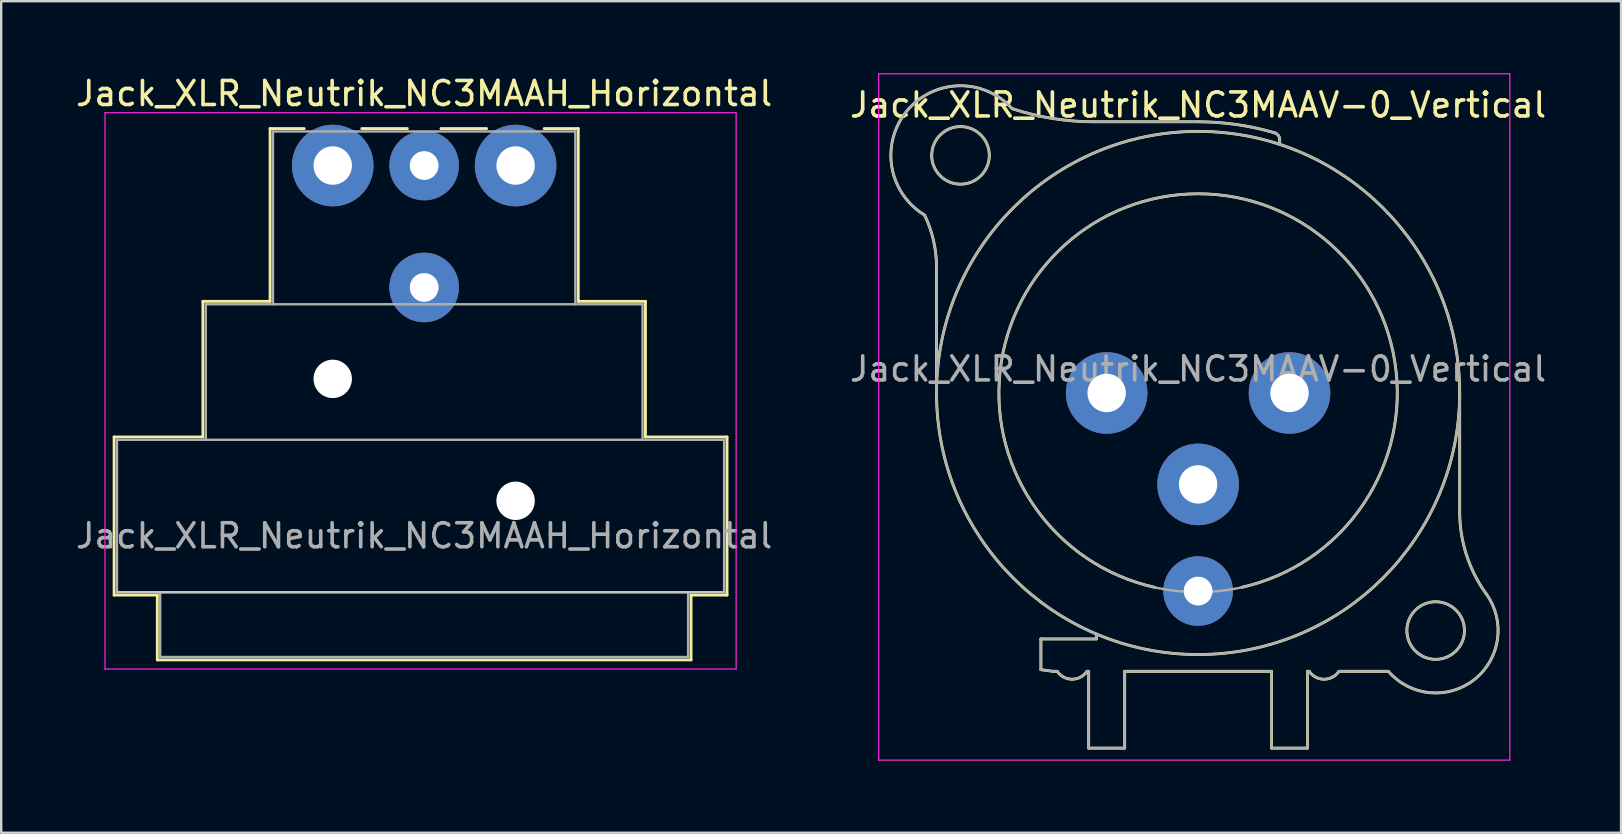
<source format=kicad_pcb>
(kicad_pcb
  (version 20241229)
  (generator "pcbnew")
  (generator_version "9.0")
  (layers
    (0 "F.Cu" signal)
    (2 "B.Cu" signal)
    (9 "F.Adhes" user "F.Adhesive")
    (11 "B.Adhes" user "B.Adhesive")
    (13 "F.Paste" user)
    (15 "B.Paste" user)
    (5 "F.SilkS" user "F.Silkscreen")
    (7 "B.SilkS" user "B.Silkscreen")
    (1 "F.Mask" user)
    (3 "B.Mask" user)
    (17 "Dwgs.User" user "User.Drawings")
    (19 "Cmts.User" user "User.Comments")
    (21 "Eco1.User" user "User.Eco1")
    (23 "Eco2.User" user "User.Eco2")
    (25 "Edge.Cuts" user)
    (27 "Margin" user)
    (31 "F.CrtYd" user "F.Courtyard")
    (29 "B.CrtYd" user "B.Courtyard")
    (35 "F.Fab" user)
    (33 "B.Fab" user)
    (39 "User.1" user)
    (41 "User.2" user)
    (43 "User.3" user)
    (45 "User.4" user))
  (footprint "Jack_XLR_Neutrik_NC3MAAH_Horizontal"
    (layer "F.Cu")
    (at 10.815 3.848)
    (property "Reference" "Jack_XLR_Neutrik_NC3MAAH_Horizontal" (at 3.81 -3 0) (layer "F.SilkS") (effects (font (size 1 1) (thickness 0.15))))
    (attr through_hole)
    (fp_line (start -9.11 11.31) (end -5.41 11.31) (stroke (width 0.12) (type solid)) (layer "F.SilkS"))
    (fp_line (start -9.11 17.9) (end -9.11 11.31) (stroke (width 0.12) (type solid)) (layer "F.SilkS"))
    (fp_line (start -7.31 17.9) (end -9.11 17.9) (stroke (width 0.12) (type solid)) (layer "F.SilkS"))
    (fp_line (start -7.31 17.9) (end -7.31 20.6) (stroke (width 0.12) (type solid)) (layer "F.SilkS"))
    (fp_line (start -5.41 11.31) (end -5.41 5.66) (stroke (width 0.12) (type solid)) (layer "F.SilkS"))
    (fp_line (start -2.61 5.66) (end -5.41 5.66) (stroke (width 0.12) (type solid)) (layer "F.SilkS"))
    (fp_line (start -2.61 5.66) (end -2.61 -1.54) (stroke (width 0.12) (type solid)) (layer "F.SilkS"))
    (fp_line (start -1.19 -1.54) (end -2.61 -1.54) (stroke (width 0.12) (type solid)) (layer "F.SilkS"))
    (fp_line (start 3.11 -1.54) (end 1.21 -1.54) (stroke (width 0.12) (type solid)) (layer "F.SilkS"))
    (fp_line (start 4.51 -1.54) (end 6.41 -1.54) (stroke (width 0.12) (type solid)) (layer "F.SilkS"))
    (fp_line (start 10.23 -1.54) (end 8.81 -1.54) (stroke (width 0.12) (type solid)) (layer "F.SilkS"))
    (fp_line (start 10.23 5.66) (end 10.23 -1.54) (stroke (width 0.12) (type solid)) (layer "F.SilkS"))
    (fp_line (start 10.23 5.66) (end 13.03 5.66) (stroke (width 0.12) (type solid)) (layer "F.SilkS"))
    (fp_line (start 13.03 11.31) (end 13.03 5.66) (stroke (width 0.12) (type solid)) (layer "F.SilkS"))
    (fp_line (start 13.03 11.31) (end 16.43 11.31) (stroke (width 0.12) (type solid)) (layer "F.SilkS"))
    (fp_line (start 14.93 17.9) (end 14.93 20.6) (stroke (width 0.12) (type solid)) (layer "F.SilkS"))
    (fp_line (start 14.93 20.6) (end -7.31 20.6) (stroke (width 0.12) (type solid)) (layer "F.SilkS"))
    (fp_line (start 16.43 17.9) (end 14.93 17.9) (stroke (width 0.12) (type solid)) (layer "F.SilkS"))
    (fp_line (start 16.43 17.9) (end 16.43 11.31) (stroke (width 0.12) (type solid)) (layer "F.SilkS"))
    (fp_line (start 16.31 17.78) (end -8.99 17.78) (stroke (width 0.1) (type solid)) (layer "Dwgs.User"))
    (fp_line (start -9.49 20.98) (end -9.49 -2.2) (stroke (width 0.05) (type solid)) (layer "F.CrtYd"))
    (fp_line (start 16.81 -2.2) (end -9.49 -2.2) (stroke (width 0.05) (type solid)) (layer "F.CrtYd"))
    (fp_line (start 16.81 20.98) (end -9.49 20.98) (stroke (width 0.05) (type solid)) (layer "F.CrtYd"))
    (fp_line (start 16.81 20.98) (end 16.81 -2.2) (stroke (width 0.05) (type solid)) (layer "F.CrtYd"))
    (fp_line (start -8.99 11.43) (end 16.31 11.43) (stroke (width 0.1) (type solid)) (layer "F.Fab"))
    (fp_line (start -8.99 17.78) (end -8.99 11.43) (stroke (width 0.1) (type solid)) (layer "F.Fab"))
    (fp_line (start -7.19 20.48) (end -7.19 17.78) (stroke (width 0.1) (type solid)) (layer "F.Fab"))
    (fp_line (start -5.29 5.78) (end -5.29 11.43) (stroke (width 0.1) (type solid)) (layer "F.Fab"))
    (fp_line (start -5.29 5.78) (end 12.91 5.78) (stroke (width 0.1) (type solid)) (layer "F.Fab"))
    (fp_line (start -2.49 5.78) (end -2.49 -1.42) (stroke (width 0.1) (type solid)) (layer "F.Fab"))
    (fp_line (start 10.11 -1.42) (end -2.49 -1.42) (stroke (width 0.1) (type solid)) (layer "F.Fab"))
    (fp_line (start 10.11 5.78) (end 10.11 -1.42) (stroke (width 0.1) (type solid)) (layer "F.Fab"))
    (fp_line (start 12.91 11.43) (end 12.91 5.78) (stroke (width 0.1) (type solid)) (layer "F.Fab"))
    (fp_line (start 14.81 17.78) (end 14.81 20.48) (stroke (width 0.1) (type solid)) (layer "F.Fab"))
    (fp_line (start 14.81 20.48) (end -7.19 20.48) (stroke (width 0.1) (type solid)) (layer "F.Fab"))
    (fp_line (start 16.31 11.43) (end 16.31 17.78) (stroke (width 0.1) (type solid)) (layer "F.Fab"))
    (fp_line (start 16.31 17.78) (end -8.99 17.78) (stroke (width 0.1) (type solid)) (layer "F.Fab"))
    (fp_text user "${REFERENCE}" (at 3.81 15.43 0) (layer "F.Fab") (effects (font (size 1 1) (thickness 0.15))))
    (pad "" np_thru_hole circle (at 0 8.89) (size 1.6 1.6) (drill 1.6) (layers "*.Cu" "*.Mask"))
    (pad "" np_thru_hole circle (at 7.62 13.97) (size 1.6 1.6) (drill 1.6) (layers "*.Cu" "*.Mask"))
    (pad "1" thru_hole circle (at 0 0) (size 3.4 3.4) (drill 1.6) (layers "*.Cu" "*.Mask"))
    (pad "2" thru_hole circle (at 7.62 0) (size 3.4 3.4) (drill 1.6) (layers "*.Cu" "*.Mask"))
    (pad "3" thru_hole circle (at 3.81 0) (size 2.9 2.9) (drill 1.2) (layers "*.Cu" "*.Mask"))
    (pad "G" thru_hole circle (at 3.81 5.08) (size 2.9 2.9) (drill 1.2) (layers "*.Cu" "*.Mask")))
  (footprint "Jack_XLR_Neutrik_NC3MAAV-0_Vertical"
    (layer "F.Cu")
    (at 43.065 13.325)
    (property "Reference" "Jack_XLR_Neutrik_NC3MAAV-0_Vertical" (at 3.81 -12 0) (layer "F.SilkS") (effects (font (size 1 1) (thickness 0.15))))
    (attr through_hole)
    (fp_line (start -7.09 -5.24) (end -7.09 0) (stroke (width 0.12) (type solid)) (layer "F.SilkS"))
    (fp_line (start -2.74 11.53) (end -2.74 10.25) (stroke (width 0.12) (type solid)) (layer "F.SilkS"))
    (fp_line (start -2.74 11.53) (end -2.24 11.6) (stroke (width 0.12) (type solid)) (layer "F.SilkS"))
    (fp_line (start -2.24 11.6) (end -2.06 11.6) (stroke (width 0.12) (type solid)) (layer "F.SilkS"))
    (fp_line (start -0.75 11.6) (end -0.82 11.6) (stroke (width 0.12) (type solid)) (layer "F.SilkS"))
    (fp_line (start -0.75 11.6) (end -0.75 14.8) (stroke (width 0.12) (type solid)) (layer "F.SilkS"))
    (fp_line (start -0.43 10.25) (end -2.74 10.25) (stroke (width 0.12) (type solid)) (layer "F.SilkS"))
    (fp_line (start -0.43 10.25) (end -0.43 10.05) (stroke (width 0.12) (type solid)) (layer "F.SilkS"))
    (fp_line (start 0.75 11.6) (end 0.75 14.8) (stroke (width 0.12) (type solid)) (layer "F.SilkS"))
    (fp_line (start 0.75 11.6) (end 6.87 11.6) (stroke (width 0.12) (type solid)) (layer "F.SilkS"))
    (fp_line (start 0.75 14.8) (end -0.75 14.8) (stroke (width 0.12) (type solid)) (layer "F.SilkS"))
    (fp_line (start 3.81 -11.3) (end -0.53 -11.3) (stroke (width 0.12) (type solid)) (layer "F.SilkS"))
    (fp_line (start 6.87 11.6) (end 6.87 14.8) (stroke (width 0.12) (type solid)) (layer "F.SilkS"))
    (fp_line (start 7.21 -10.36) (end 7.21 -10.55) (stroke (width 0.12) (type solid)) (layer "F.SilkS"))
    (fp_line (start 8.37 11.6) (end 8.37 14.8) (stroke (width 0.12) (type solid)) (layer "F.SilkS"))
    (fp_line (start 8.37 11.6) (end 8.44 11.6) (stroke (width 0.12) (type solid)) (layer "F.SilkS"))
    (fp_line (start 8.37 14.8) (end 6.87 14.8) (stroke (width 0.12) (type solid)) (layer "F.SilkS"))
    (fp_line (start 9.68 11.6) (end 11.74 11.6) (stroke (width 0.12) (type solid)) (layer "F.SilkS"))
    (fp_line (start 14.71 4.95) (end 14.71 0) (stroke (width 0.12) (type solid)) (layer "F.SilkS"))
    (fp_arc (start -7.588965 -7.414421) (mid -8.331551 -11.74403) (end -3.94 -11.85) (stroke (width 0.12) (type solid)) (layer "F.SilkS"))
    (fp_arc (start -7.584615 -7.408295) (mid -7.215222 -6.351997) (end -7.09 -5.24) (stroke (width 0.12) (type solid)) (layer "F.SilkS"))
    (fp_arc (start -0.820521 11.600769) (mid -1.440464 11.928866) (end -2.06 11.6) (stroke (width 0.12) (type solid)) (layer "F.SilkS"))
    (fp_arc (start -0.53 -11.3) (mid -2.253923 -11.43719) (end -3.934451 -11.845305) (stroke (width 0.12) (type solid)) (layer "F.SilkS"))
    (fp_arc (start 2 8.1) (mid 3.802206 -8.299761) (end 5.635209 8.096586) (stroke (width 0.12) (type solid)) (layer "F.SilkS"))
    (fp_arc (start 3.81 -11.3) (mid 5.421707 -11.184471) (end 7.000458 -10.840248) (stroke (width 0.12) (type solid)) (layer "F.SilkS"))
    (fp_arc (start 7.004232 -10.837678) (mid 7.156013 -10.728814) (end 7.21 -10.55) (stroke (width 0.12) (type solid)) (layer "F.SilkS"))
    (fp_arc (start 9.679479 11.600769) (mid 9.059536 11.928866) (end 8.44 11.6) (stroke (width 0.12) (type solid)) (layer "F.SilkS"))
    (fp_arc (start 15.815277 8.372002) (mid 14.993173 6.748036) (end 14.71 4.95) (stroke (width 0.12) (type solid)) (layer "F.SilkS"))
    (fp_arc (start 15.815343 8.370807) (mid 15.326014 11.93946) (end 11.74 11.6) (stroke (width 0.12) (type solid)) (layer "F.SilkS"))
    (fp_circle (center -6.09 -9.9) (end -4.89 -9.9) (stroke (width 0.12) (type solid)) (fill no) (layer "F.SilkS"))
    (fp_circle (center 3.81 0) (end 14.71 0) (stroke (width 0.12) (type solid)) (fill no) (layer "F.SilkS"))
    (fp_circle (center 13.71 9.9) (end 14.91 9.9) (stroke (width 0.12) (type solid)) (fill no) (layer "F.SilkS"))
    (fp_line (start -9.5 -13.3) (end 16.8 -13.3) (stroke (width 0.05) (type solid)) (layer "F.CrtYd"))
    (fp_line (start -9.5 15.3) (end -9.5 -13.3) (stroke (width 0.05) (type solid)) (layer "F.CrtYd"))
    (fp_line (start 16.8 -13.3) (end 16.8 15.3) (stroke (width 0.05) (type solid)) (layer "F.CrtYd"))
    (fp_line (start 16.8 15.3) (end -9.5 15.3) (stroke (width 0.05) (type solid)) (layer "F.CrtYd"))
    (fp_line (start -7.09 -5.24) (end -7.09 0) (stroke (width 0.1) (type solid)) (layer "F.Fab"))
    (fp_line (start -2.74 11.53) (end -2.74 10.25) (stroke (width 0.1) (type solid)) (layer "F.Fab"))
    (fp_line (start -2.74 11.53) (end -2.24 11.6) (stroke (width 0.1) (type solid)) (layer "F.Fab"))
    (fp_line (start -2.24 11.6) (end -2.06 11.6) (stroke (width 0.1) (type solid)) (layer "F.Fab"))
    (fp_line (start -0.75 11.6) (end -0.82 11.6) (stroke (width 0.1) (type solid)) (layer "F.Fab"))
    (fp_line (start -0.75 11.6) (end -0.75 14.8) (stroke (width 0.1) (type solid)) (layer "F.Fab"))
    (fp_line (start -0.43 10.25) (end -2.74 10.25) (stroke (width 0.1) (type solid)) (layer "F.Fab"))
    (fp_line (start -0.43 10.25) (end -0.43 10.05) (stroke (width 0.1) (type solid)) (layer "F.Fab"))
    (fp_line (start 0.75 11.6) (end 0.75 14.8) (stroke (width 0.1) (type solid)) (layer "F.Fab"))
    (fp_line (start 0.75 11.6) (end 6.87 11.6) (stroke (width 0.1) (type solid)) (layer "F.Fab"))
    (fp_line (start 0.75 14.8) (end -0.75 14.8) (stroke (width 0.1) (type solid)) (layer "F.Fab"))
    (fp_line (start 3.81 -11.3) (end -0.53 -11.3) (stroke (width 0.1) (type solid)) (layer "F.Fab"))
    (fp_line (start 6.87 11.6) (end 6.87 14.8) (stroke (width 0.1) (type solid)) (layer "F.Fab"))
    (fp_line (start 7.21 -10.36) (end 7.21 -10.55) (stroke (width 0.1) (type solid)) (layer "F.Fab"))
    (fp_line (start 8.37 11.6) (end 8.37 14.8) (stroke (width 0.1) (type solid)) (layer "F.Fab"))
    (fp_line (start 8.37 11.6) (end 8.44 11.6) (stroke (width 0.1) (type solid)) (layer "F.Fab"))
    (fp_line (start 8.37 14.8) (end 6.87 14.8) (stroke (width 0.1) (type solid)) (layer "F.Fab"))
    (fp_line (start 9.68 11.6) (end 11.74 11.6) (stroke (width 0.1) (type solid)) (layer "F.Fab"))
    (fp_line (start 14.71 4.95) (end 14.71 0) (stroke (width 0.1) (type solid)) (layer "F.Fab"))
    (fp_arc (start -7.588965 -7.414421) (mid -8.331551 -11.74403) (end -3.94 -11.85) (stroke (width 0.1) (type solid)) (layer "F.Fab"))
    (fp_arc (start -7.584615 -7.408295) (mid -7.215222 -6.351997) (end -7.09 -5.24) (stroke (width 0.1) (type solid)) (layer "F.Fab"))
    (fp_arc (start -0.820521 11.600769) (mid -1.440464 11.928866) (end -2.06 11.6) (stroke (width 0.1) (type solid)) (layer "F.Fab"))
    (fp_arc (start -0.53 -11.3) (mid -2.253923 -11.43719) (end -3.934451 -11.845305) (stroke (width 0.1) (type solid)) (layer "F.Fab"))
    (fp_arc (start 3.81 -11.3) (mid 5.421707 -11.184471) (end 7.000458 -10.840248) (stroke (width 0.1) (type solid)) (layer "F.Fab"))
    (fp_arc (start 7.004232 -10.837678) (mid 7.156013 -10.728814) (end 7.21 -10.55) (stroke (width 0.1) (type solid)) (layer "F.Fab"))
    (fp_arc (start 9.679479 11.600769) (mid 9.059536 11.928866) (end 8.44 11.6) (stroke (width 0.1) (type solid)) (layer "F.Fab"))
    (fp_arc (start 15.815277 8.372002) (mid 14.993173 6.748036) (end 14.71 4.95) (stroke (width 0.1) (type solid)) (layer "F.Fab"))
    (fp_arc (start 15.815343 8.370807) (mid 15.326014 11.93946) (end 11.74 11.6) (stroke (width 0.1) (type solid)) (layer "F.Fab"))
    (fp_circle (center -6.09 -9.9) (end -4.89 -9.9) (stroke (width 0.1) (type solid)) (fill no) (layer "F.Fab"))
    (fp_circle (center 3.81 0) (end 12.11 0) (stroke (width 0.1) (type solid)) (fill no) (layer "F.Fab"))
    (fp_circle (center 3.81 0) (end 14.71 0) (stroke (width 0.1) (type solid)) (fill no) (layer "F.Fab"))
    (fp_circle (center 13.71 9.9) (end 14.91 9.9) (stroke (width 0.1) (type solid)) (fill no) (layer "F.Fab"))
    (fp_text user "${REFERENCE}" (at 3.81 -1 0) (layer "F.Fab") (effects (font (size 1 1) (thickness 0.15))))
    (pad "1" thru_hole circle (at 0 0) (size 3.4 3.4) (drill 1.6) (layers "*.Cu" "*.Mask"))
    (pad "2" thru_hole circle (at 7.62 0) (size 3.4 3.4) (drill 1.6) (layers "*.Cu" "*.Mask"))
    (pad "3" thru_hole circle (at 3.81 3.81) (size 3.4 3.4) (drill 1.6) (layers "*.Cu" "*.Mask"))
    (pad "G" thru_hole circle (at 3.81 8.255) (size 2.9 2.9) (drill 1.2) (layers "*.Cu" "*.Mask")))
  (gr_rect
    (start -3 -3)
    (end 64.5 31.65)
    (stroke (width 0.1) (type default))
    (fill no)
    (layer "Edge.Cuts")))
</source>
